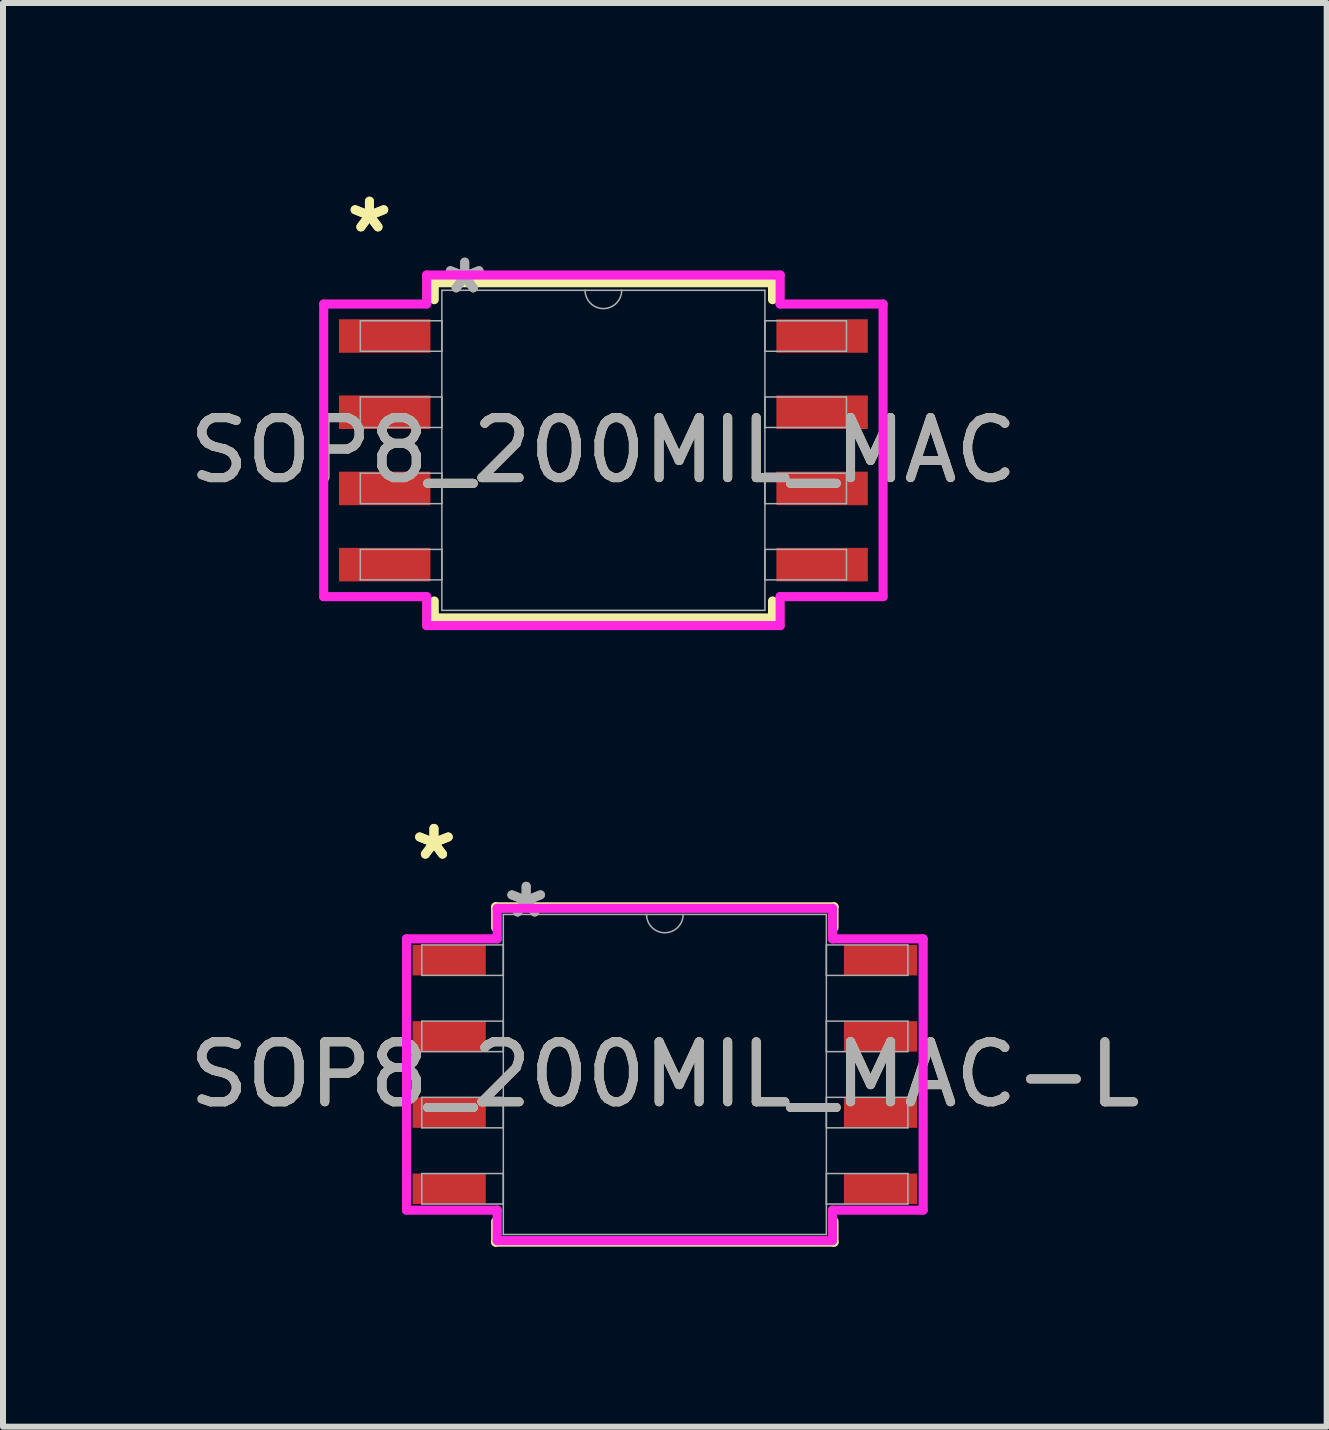
<source format=kicad_pcb>
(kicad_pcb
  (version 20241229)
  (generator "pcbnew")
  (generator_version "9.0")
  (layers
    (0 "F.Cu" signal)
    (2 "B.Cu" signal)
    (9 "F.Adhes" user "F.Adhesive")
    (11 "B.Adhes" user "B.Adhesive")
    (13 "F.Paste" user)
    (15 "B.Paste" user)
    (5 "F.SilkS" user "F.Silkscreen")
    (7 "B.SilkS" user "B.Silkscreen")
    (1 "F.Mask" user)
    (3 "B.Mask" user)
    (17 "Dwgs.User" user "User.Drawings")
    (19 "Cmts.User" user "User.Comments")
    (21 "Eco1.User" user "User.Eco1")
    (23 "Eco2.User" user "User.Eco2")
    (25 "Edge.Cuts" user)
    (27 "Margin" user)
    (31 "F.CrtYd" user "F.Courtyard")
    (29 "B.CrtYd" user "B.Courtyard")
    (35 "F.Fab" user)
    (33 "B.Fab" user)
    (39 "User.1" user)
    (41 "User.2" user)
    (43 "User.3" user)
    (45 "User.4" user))
  (footprint "SOP8_200MIL_MAC-L"
    (layer "F.Cu")
    (at 8.03 14.857)
    (property "Reference" "SOP8_200MIL_MAC-L" (at 0 0 0) (unlocked yes) (layer "F.SilkS") (effects (font (size 1 1) (thickness 0.15))))
    (attr smd)
    (fp_line (start -2.819 -2.794) (end -2.819 -2.448) (stroke (width 0.152) (type solid)) (layer "F.SilkS"))
    (fp_line (start -2.819 2.448) (end -2.819 2.794) (stroke (width 0.152) (type solid)) (layer "F.SilkS"))
    (fp_line (start -2.819 2.794) (end 2.819 2.794) (stroke (width 0.152) (type solid)) (layer "F.SilkS"))
    (fp_line (start 2.819 -2.794) (end -2.819 -2.794) (stroke (width 0.152) (type solid)) (layer "F.SilkS"))
    (fp_line (start 2.819 -2.448) (end 2.819 -2.794) (stroke (width 0.152) (type solid)) (layer "F.SilkS"))
    (fp_line (start 2.819 2.794) (end 2.819 2.448) (stroke (width 0.152) (type solid)) (layer "F.SilkS"))
    (fp_line (start -4.305 -2.261) (end -2.794 -2.261) (stroke (width 0.152) (type solid)) (layer "F.CrtYd"))
    (fp_line (start -4.305 2.261) (end -4.305 -2.261) (stroke (width 0.152) (type solid)) (layer "F.CrtYd"))
    (fp_line (start -4.305 2.261) (end -2.794 2.261) (stroke (width 0.152) (type solid)) (layer "F.CrtYd"))
    (fp_line (start -2.794 -2.769) (end 2.794 -2.769) (stroke (width 0.152) (type solid)) (layer "F.CrtYd"))
    (fp_line (start -2.794 -2.261) (end -2.794 -2.769) (stroke (width 0.152) (type solid)) (layer "F.CrtYd"))
    (fp_line (start -2.794 2.769) (end -2.794 2.261) (stroke (width 0.152) (type solid)) (layer "F.CrtYd"))
    (fp_line (start 2.794 -2.769) (end 2.794 -2.261) (stroke (width 0.152) (type solid)) (layer "F.CrtYd"))
    (fp_line (start 2.794 2.261) (end 2.794 2.769) (stroke (width 0.152) (type solid)) (layer "F.CrtYd"))
    (fp_line (start 2.794 2.769) (end -2.794 2.769) (stroke (width 0.152) (type solid)) (layer "F.CrtYd"))
    (fp_line (start 4.305 -2.261) (end 2.794 -2.261) (stroke (width 0.152) (type solid)) (layer "F.CrtYd"))
    (fp_line (start 4.305 -2.261) (end 4.305 2.261) (stroke (width 0.152) (type solid)) (layer "F.CrtYd"))
    (fp_line (start 4.305 2.261) (end 2.794 2.261) (stroke (width 0.152) (type solid)) (layer "F.CrtYd"))
    (fp_line (start -4.051 -2.159) (end -4.051 -1.651) (stroke (width 0.025) (type solid)) (layer "F.Fab"))
    (fp_line (start -4.051 -1.651) (end -2.692 -1.651) (stroke (width 0.025) (type solid)) (layer "F.Fab"))
    (fp_line (start -4.051 -0.889) (end -4.051 -0.381) (stroke (width 0.025) (type solid)) (layer "F.Fab"))
    (fp_line (start -4.051 -0.381) (end -2.692 -0.381) (stroke (width 0.025) (type solid)) (layer "F.Fab"))
    (fp_line (start -4.051 0.381) (end -4.051 0.889) (stroke (width 0.025) (type solid)) (layer "F.Fab"))
    (fp_line (start -4.051 0.889) (end -2.692 0.889) (stroke (width 0.025) (type solid)) (layer "F.Fab"))
    (fp_line (start -4.051 1.651) (end -4.051 2.159) (stroke (width 0.025) (type solid)) (layer "F.Fab"))
    (fp_line (start -4.051 2.159) (end -2.692 2.159) (stroke (width 0.025) (type solid)) (layer "F.Fab"))
    (fp_line (start -2.692 -2.667) (end -2.692 2.667) (stroke (width 0.025) (type solid)) (layer "F.Fab"))
    (fp_line (start -2.692 -2.159) (end -4.051 -2.159) (stroke (width 0.025) (type solid)) (layer "F.Fab"))
    (fp_line (start -2.692 -1.651) (end -2.692 -2.159) (stroke (width 0.025) (type solid)) (layer "F.Fab"))
    (fp_line (start -2.692 -0.889) (end -4.051 -0.889) (stroke (width 0.025) (type solid)) (layer "F.Fab"))
    (fp_line (start -2.692 -0.381) (end -2.692 -0.889) (stroke (width 0.025) (type solid)) (layer "F.Fab"))
    (fp_line (start -2.692 0.381) (end -4.051 0.381) (stroke (width 0.025) (type solid)) (layer "F.Fab"))
    (fp_line (start -2.692 0.889) (end -2.692 0.381) (stroke (width 0.025) (type solid)) (layer "F.Fab"))
    (fp_line (start -2.692 1.651) (end -4.051 1.651) (stroke (width 0.025) (type solid)) (layer "F.Fab"))
    (fp_line (start -2.692 2.159) (end -2.692 1.651) (stroke (width 0.025) (type solid)) (layer "F.Fab"))
    (fp_line (start -2.692 2.667) (end 2.692 2.667) (stroke (width 0.025) (type solid)) (layer "F.Fab"))
    (fp_line (start 2.692 -2.667) (end -2.692 -2.667) (stroke (width 0.025) (type solid)) (layer "F.Fab"))
    (fp_line (start 2.692 -2.159) (end 2.692 -1.651) (stroke (width 0.025) (type solid)) (layer "F.Fab"))
    (fp_line (start 2.692 -1.651) (end 4.051 -1.651) (stroke (width 0.025) (type solid)) (layer "F.Fab"))
    (fp_line (start 2.692 -0.889) (end 2.692 -0.381) (stroke (width 0.025) (type solid)) (layer "F.Fab"))
    (fp_line (start 2.692 -0.381) (end 4.051 -0.381) (stroke (width 0.025) (type solid)) (layer "F.Fab"))
    (fp_line (start 2.692 0.381) (end 2.692 0.889) (stroke (width 0.025) (type solid)) (layer "F.Fab"))
    (fp_line (start 2.692 0.889) (end 4.051 0.889) (stroke (width 0.025) (type solid)) (layer "F.Fab"))
    (fp_line (start 2.692 1.651) (end 2.692 2.159) (stroke (width 0.025) (type solid)) (layer "F.Fab"))
    (fp_line (start 2.692 2.159) (end 4.051 2.159) (stroke (width 0.025) (type solid)) (layer "F.Fab"))
    (fp_line (start 2.692 2.667) (end 2.692 -2.667) (stroke (width 0.025) (type solid)) (layer "F.Fab"))
    (fp_line (start 4.051 -2.159) (end 2.692 -2.159) (stroke (width 0.025) (type solid)) (layer "F.Fab"))
    (fp_line (start 4.051 -1.651) (end 4.051 -2.159) (stroke (width 0.025) (type solid)) (layer "F.Fab"))
    (fp_line (start 4.051 -0.889) (end 2.692 -0.889) (stroke (width 0.025) (type solid)) (layer "F.Fab"))
    (fp_line (start 4.051 -0.381) (end 4.051 -0.889) (stroke (width 0.025) (type solid)) (layer "F.Fab"))
    (fp_line (start 4.051 0.381) (end 2.692 0.381) (stroke (width 0.025) (type solid)) (layer "F.Fab"))
    (fp_line (start 4.051 0.889) (end 4.051 0.381) (stroke (width 0.025) (type solid)) (layer "F.Fab"))
    (fp_line (start 4.051 1.651) (end 2.692 1.651) (stroke (width 0.025) (type solid)) (layer "F.Fab"))
    (fp_line (start 4.051 2.159) (end 4.051 1.651) (stroke (width 0.025) (type solid)) (layer "F.Fab"))
    (fp_arc (start 0.3048 -2.667) (mid 0 -2.3622) (end -0.3048 -2.667) (stroke (width 0.0254) (type solid)) (layer "F.Fab"))
    (fp_text user "*" (at -3.848 -3.556 0) (layer "F.SilkS") (effects (font (size 1 1) (thickness 0.15))))
    (fp_text user "*" (at -3.848 -3.556 0) (unlocked yes) (layer "F.SilkS") (effects (font (size 1 1) (thickness 0.15))))
    (fp_text user "*" (at -2.311 -2.591 0) (layer "F.Fab") (effects (font (size 1 1) (thickness 0.15))))
    (fp_text user "${REFERENCE}" (at 0 0 0) (unlocked yes) (layer "F.Fab") (effects (font (size 1 1) (thickness 0.15))))
    (fp_text user "*" (at -2.311 -2.591 0) (unlocked yes) (layer "F.Fab") (effects (font (size 1 1) (thickness 0.15))))
    (pad "1" smd rect (at -3.594 -1.905) (size 1.219 0.508) (layers "F.Cu" "F.Mask" "F.Paste"))
    (pad "2" smd rect (at -3.594 -0.635) (size 1.219 0.508) (layers "F.Cu" "F.Mask" "F.Paste"))
    (pad "3" smd rect (at -3.594 0.635) (size 1.219 0.508) (layers "F.Cu" "F.Mask" "F.Paste"))
    (pad "4" smd rect (at -3.594 1.905) (size 1.219 0.508) (layers "F.Cu" "F.Mask" "F.Paste"))
    (pad "5" smd rect (at 3.594 1.905) (size 1.219 0.508) (layers "F.Cu" "F.Mask" "F.Paste"))
    (pad "6" smd rect (at 3.594 0.635) (size 1.219 0.508) (layers "F.Cu" "F.Mask" "F.Paste"))
    (pad "7" smd rect (at 3.594 -0.635) (size 1.219 0.508) (layers "F.Cu" "F.Mask" "F.Paste"))
    (pad "8" smd rect (at 3.594 -1.905) (size 1.219 0.508) (layers "F.Cu" "F.Mask" "F.Paste")))
  (footprint "SOP8_200MIL_MAC"
    (layer "F.Cu")
    (at 7.006 4.455)
    (property "Reference" "SOP8_200MIL_MAC" (at 0 0 0) (unlocked yes) (layer "F.SilkS") (effects (font (size 1 1) (thickness 0.15))))
    (attr smd)
    (fp_line (start -2.819 -2.794) (end -2.819 -2.511) (stroke (width 0.152) (type solid)) (layer "F.SilkS"))
    (fp_line (start -2.819 2.511) (end -2.819 2.794) (stroke (width 0.152) (type solid)) (layer "F.SilkS"))
    (fp_line (start -2.819 2.794) (end 2.819 2.794) (stroke (width 0.152) (type solid)) (layer "F.SilkS"))
    (fp_line (start 2.819 -2.794) (end -2.819 -2.794) (stroke (width 0.152) (type solid)) (layer "F.SilkS"))
    (fp_line (start 2.819 -2.511) (end 2.819 -2.794) (stroke (width 0.152) (type solid)) (layer "F.SilkS"))
    (fp_line (start 2.819 2.794) (end 2.819 2.511) (stroke (width 0.152) (type solid)) (layer "F.SilkS"))
    (fp_line (start -4.661 -2.438) (end -2.946 -2.438) (stroke (width 0.152) (type solid)) (layer "F.CrtYd"))
    (fp_line (start -4.661 2.438) (end -4.661 -2.438) (stroke (width 0.152) (type solid)) (layer "F.CrtYd"))
    (fp_line (start -4.661 2.438) (end -2.946 2.438) (stroke (width 0.152) (type solid)) (layer "F.CrtYd"))
    (fp_line (start -2.946 -2.921) (end 2.946 -2.921) (stroke (width 0.152) (type solid)) (layer "F.CrtYd"))
    (fp_line (start -2.946 -2.438) (end -2.946 -2.921) (stroke (width 0.152) (type solid)) (layer "F.CrtYd"))
    (fp_line (start -2.946 2.921) (end -2.946 2.438) (stroke (width 0.152) (type solid)) (layer "F.CrtYd"))
    (fp_line (start 2.946 -2.921) (end 2.946 -2.438) (stroke (width 0.152) (type solid)) (layer "F.CrtYd"))
    (fp_line (start 2.946 2.438) (end 2.946 2.921) (stroke (width 0.152) (type solid)) (layer "F.CrtYd"))
    (fp_line (start 2.946 2.921) (end -2.946 2.921) (stroke (width 0.152) (type solid)) (layer "F.CrtYd"))
    (fp_line (start 4.661 -2.438) (end 2.946 -2.438) (stroke (width 0.152) (type solid)) (layer "F.CrtYd"))
    (fp_line (start 4.661 -2.438) (end 4.661 2.438) (stroke (width 0.152) (type solid)) (layer "F.CrtYd"))
    (fp_line (start 4.661 2.438) (end 2.946 2.438) (stroke (width 0.152) (type solid)) (layer "F.CrtYd"))
    (fp_line (start -4.051 -2.159) (end -4.051 -1.651) (stroke (width 0.025) (type solid)) (layer "F.Fab"))
    (fp_line (start -4.051 -1.651) (end -2.692 -1.651) (stroke (width 0.025) (type solid)) (layer "F.Fab"))
    (fp_line (start -4.051 -0.889) (end -4.051 -0.381) (stroke (width 0.025) (type solid)) (layer "F.Fab"))
    (fp_line (start -4.051 -0.381) (end -2.692 -0.381) (stroke (width 0.025) (type solid)) (layer "F.Fab"))
    (fp_line (start -4.051 0.381) (end -4.051 0.889) (stroke (width 0.025) (type solid)) (layer "F.Fab"))
    (fp_line (start -4.051 0.889) (end -2.692 0.889) (stroke (width 0.025) (type solid)) (layer "F.Fab"))
    (fp_line (start -4.051 1.651) (end -4.051 2.159) (stroke (width 0.025) (type solid)) (layer "F.Fab"))
    (fp_line (start -4.051 2.159) (end -2.692 2.159) (stroke (width 0.025) (type solid)) (layer "F.Fab"))
    (fp_line (start -2.692 -2.667) (end -2.692 2.667) (stroke (width 0.025) (type solid)) (layer "F.Fab"))
    (fp_line (start -2.692 -2.159) (end -4.051 -2.159) (stroke (width 0.025) (type solid)) (layer "F.Fab"))
    (fp_line (start -2.692 -1.651) (end -2.692 -2.159) (stroke (width 0.025) (type solid)) (layer "F.Fab"))
    (fp_line (start -2.692 -0.889) (end -4.051 -0.889) (stroke (width 0.025) (type solid)) (layer "F.Fab"))
    (fp_line (start -2.692 -0.381) (end -2.692 -0.889) (stroke (width 0.025) (type solid)) (layer "F.Fab"))
    (fp_line (start -2.692 0.381) (end -4.051 0.381) (stroke (width 0.025) (type solid)) (layer "F.Fab"))
    (fp_line (start -2.692 0.889) (end -2.692 0.381) (stroke (width 0.025) (type solid)) (layer "F.Fab"))
    (fp_line (start -2.692 1.651) (end -4.051 1.651) (stroke (width 0.025) (type solid)) (layer "F.Fab"))
    (fp_line (start -2.692 2.159) (end -2.692 1.651) (stroke (width 0.025) (type solid)) (layer "F.Fab"))
    (fp_line (start -2.692 2.667) (end 2.692 2.667) (stroke (width 0.025) (type solid)) (layer "F.Fab"))
    (fp_line (start 2.692 -2.667) (end -2.692 -2.667) (stroke (width 0.025) (type solid)) (layer "F.Fab"))
    (fp_line (start 2.692 -2.159) (end 2.692 -1.651) (stroke (width 0.025) (type solid)) (layer "F.Fab"))
    (fp_line (start 2.692 -1.651) (end 4.051 -1.651) (stroke (width 0.025) (type solid)) (layer "F.Fab"))
    (fp_line (start 2.692 -0.889) (end 2.692 -0.381) (stroke (width 0.025) (type solid)) (layer "F.Fab"))
    (fp_line (start 2.692 -0.381) (end 4.051 -0.381) (stroke (width 0.025) (type solid)) (layer "F.Fab"))
    (fp_line (start 2.692 0.381) (end 2.692 0.889) (stroke (width 0.025) (type solid)) (layer "F.Fab"))
    (fp_line (start 2.692 0.889) (end 4.051 0.889) (stroke (width 0.025) (type solid)) (layer "F.Fab"))
    (fp_line (start 2.692 1.651) (end 2.692 2.159) (stroke (width 0.025) (type solid)) (layer "F.Fab"))
    (fp_line (start 2.692 2.159) (end 4.051 2.159) (stroke (width 0.025) (type solid)) (layer "F.Fab"))
    (fp_line (start 2.692 2.667) (end 2.692 -2.667) (stroke (width 0.025) (type solid)) (layer "F.Fab"))
    (fp_line (start 4.051 -2.159) (end 2.692 -2.159) (stroke (width 0.025) (type solid)) (layer "F.Fab"))
    (fp_line (start 4.051 -1.651) (end 4.051 -2.159) (stroke (width 0.025) (type solid)) (layer "F.Fab"))
    (fp_line (start 4.051 -0.889) (end 2.692 -0.889) (stroke (width 0.025) (type solid)) (layer "F.Fab"))
    (fp_line (start 4.051 -0.381) (end 4.051 -0.889) (stroke (width 0.025) (type solid)) (layer "F.Fab"))
    (fp_line (start 4.051 0.381) (end 2.692 0.381) (stroke (width 0.025) (type solid)) (layer "F.Fab"))
    (fp_line (start 4.051 0.889) (end 4.051 0.381) (stroke (width 0.025) (type solid)) (layer "F.Fab"))
    (fp_line (start 4.051 1.651) (end 2.692 1.651) (stroke (width 0.025) (type solid)) (layer "F.Fab"))
    (fp_line (start 4.051 2.159) (end 4.051 1.651) (stroke (width 0.025) (type solid)) (layer "F.Fab"))
    (fp_arc (start 0.3048 -2.667) (mid 0 -2.3622) (end -0.3048 -2.667) (stroke (width 0.0254) (type solid)) (layer "F.Fab"))
    (fp_text user "*" (at -3.899 -3.607 0) (layer "F.SilkS") (effects (font (size 1 1) (thickness 0.15))))
    (fp_text user "*" (at -3.899 -3.607 0) (unlocked yes) (layer "F.SilkS") (effects (font (size 1 1) (thickness 0.15))))
    (fp_text user "${REFERENCE}" (at 0 0 0) (unlocked yes) (layer "F.Fab") (effects (font (size 1 1) (thickness 0.15))))
    (fp_text user "*" (at -2.311 -2.591 0) (unlocked yes) (layer "F.Fab") (effects (font (size 1 1) (thickness 0.15))))
    (fp_text user "*" (at -2.311 -2.591 0) (layer "F.Fab") (effects (font (size 1 1) (thickness 0.15))))
    (pad "1" smd rect (at -3.645 -1.905) (size 1.524 0.559) (layers "F.Cu" "F.Mask" "F.Paste"))
    (pad "2" smd rect (at -3.645 -0.635) (size 1.524 0.559) (layers "F.Cu" "F.Mask" "F.Paste"))
    (pad "3" smd rect (at -3.645 0.635) (size 1.524 0.559) (layers "F.Cu" "F.Mask" "F.Paste"))
    (pad "4" smd rect (at -3.645 1.905) (size 1.524 0.559) (layers "F.Cu" "F.Mask" "F.Paste"))
    (pad "5" smd rect (at 3.645 1.905) (size 1.524 0.559) (layers "F.Cu" "F.Mask" "F.Paste"))
    (pad "6" smd rect (at 3.645 0.635) (size 1.524 0.559) (layers "F.Cu" "F.Mask" "F.Paste"))
    (pad "7" smd rect (at 3.645 -0.635) (size 1.524 0.559) (layers "F.Cu" "F.Mask" "F.Paste"))
    (pad "8" smd rect (at 3.645 -1.905) (size 1.524 0.559) (layers "F.Cu" "F.Mask" "F.Paste")))
  (gr_rect
    (start -3 -3)
    (end 19.06 20.727)
    (stroke (width 0.1) (type default))
    (fill no)
    (layer "Edge.Cuts")))
</source>
